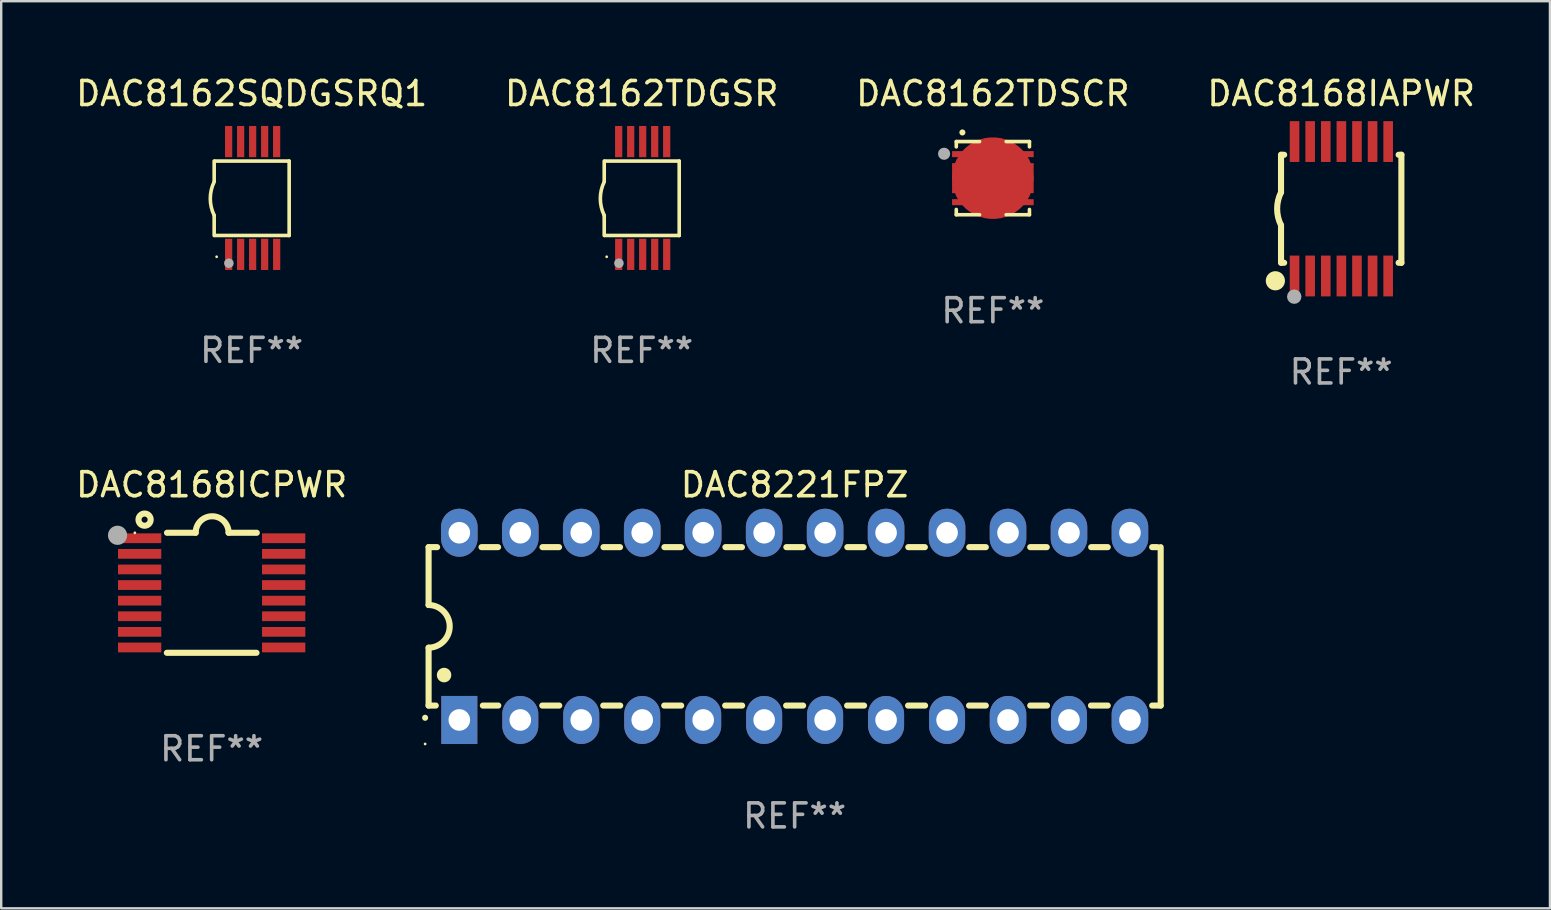
<source format=kicad_pcb>
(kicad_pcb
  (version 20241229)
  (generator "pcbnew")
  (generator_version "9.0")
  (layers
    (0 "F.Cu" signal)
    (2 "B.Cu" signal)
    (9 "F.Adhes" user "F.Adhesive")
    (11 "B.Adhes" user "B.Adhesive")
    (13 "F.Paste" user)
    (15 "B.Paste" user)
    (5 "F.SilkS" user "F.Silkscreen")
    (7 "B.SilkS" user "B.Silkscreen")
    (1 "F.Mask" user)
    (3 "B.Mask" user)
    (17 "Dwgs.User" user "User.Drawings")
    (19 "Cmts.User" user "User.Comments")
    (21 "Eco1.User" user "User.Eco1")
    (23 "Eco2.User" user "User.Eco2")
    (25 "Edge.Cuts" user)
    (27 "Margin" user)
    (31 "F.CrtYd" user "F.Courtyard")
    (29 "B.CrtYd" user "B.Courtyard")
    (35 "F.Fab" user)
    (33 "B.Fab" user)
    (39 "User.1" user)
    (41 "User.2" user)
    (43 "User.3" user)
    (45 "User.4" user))
  (footprint "DAC8168ICPWR"
    (layer "F.Cu")
    (at 5.768 21.646)
    (property "Reference" "DAC8168ICPWR" (at 0 -4.501 0) (layer "F.SilkS") (effects (font (size 1 1) (thickness 0.15))))
    (attr through_hole)
    (fp_line (start -1.868 2.501) (end 1.868 2.501) (stroke (width 0.254) (type solid)) (layer "F.SilkS"))
    (fp_line (start -1.86 -2.499) (end -0.666 -2.501) (stroke (width 0.254) (type solid)) (layer "F.SilkS"))
    (fp_line (start 0.706 -2.501) (end 1.88 -2.499) (stroke (width 0.254) (type solid)) (layer "F.SilkS"))
    (fp_arc (start -0.665914 -2.501448) (mid 0.019888 -3.18725) (end 0.70569 -2.501448) (stroke (width 0.254001) (type solid)) (layer "F.SilkS"))
    (fp_circle (center -3.2 -2.497) (end -3.17 -2.497) (stroke (width 0.06) (type solid)) (fill no) (layer "F.SilkS"))
    (fp_circle (center -2.794 -3.047) (end -2.54 -3.047) (stroke (width 0.254) (type solid)) (fill no) (layer "F.SilkS"))
    (fp_circle (center -3.921 -2.395) (end -3.721 -2.395) (stroke (width 0.4) (type solid)) (fill no) (layer "F.Fab"))
    (fp_text user "REF**" (at 0 6.501 0) (layer "F.Fab") (effects (font (size 1 1) (thickness 0.15))))
    (pad "1" smd rect (at -3 -2.272) (size 1.803 0.406) (layers "F.Cu" "F.Mask" "F.Paste"))
    (pad "2" smd rect (at -3 -1.622) (size 1.803 0.406) (layers "F.Cu" "F.Mask" "F.Paste"))
    (pad "3" smd rect (at -3 -0.972) (size 1.803 0.406) (layers "F.Cu" "F.Mask" "F.Paste"))
    (pad "4" smd rect (at -3 -0.322) (size 1.803 0.406) (layers "F.Cu" "F.Mask" "F.Paste"))
    (pad "5" smd rect (at -3 0.328) (size 1.803 0.406) (layers "F.Cu" "F.Mask" "F.Paste"))
    (pad "6" smd rect (at -3 0.978) (size 1.803 0.406) (layers "F.Cu" "F.Mask" "F.Paste"))
    (pad "7" smd rect (at -3 1.628) (size 1.803 0.406) (layers "F.Cu" "F.Mask" "F.Paste"))
    (pad "8" smd rect (at -3 2.278) (size 1.803 0.406) (layers "F.Cu" "F.Mask" "F.Paste"))
    (pad "9" smd rect (at 3 2.278) (size 1.803 0.406) (layers "F.Cu" "F.Mask" "F.Paste"))
    (pad "10" smd rect (at 3 1.628) (size 1.803 0.406) (layers "F.Cu" "F.Mask" "F.Paste"))
    (pad "11" smd rect (at 3 0.978) (size 1.803 0.406) (layers "F.Cu" "F.Mask" "F.Paste"))
    (pad "12" smd rect (at 3 0.328) (size 1.803 0.406) (layers "F.Cu" "F.Mask" "F.Paste"))
    (pad "13" smd rect (at 3 -0.322) (size 1.803 0.406) (layers "F.Cu" "F.Mask" "F.Paste"))
    (pad "14" smd rect (at 3 -0.972) (size 1.803 0.406) (layers "F.Cu" "F.Mask" "F.Paste"))
    (pad "15" smd rect (at 3 -1.622) (size 1.803 0.406) (layers "F.Cu" "F.Mask" "F.Paste"))
    (pad "16" smd rect (at 3 -2.272) (size 1.803 0.406) (layers "F.Cu" "F.Mask" "F.Paste")))
  (footprint "DAC8162SQDGSRQ1"
    (layer "F.Cu")
    (at 7.435 5.198)
    (property "Reference" "DAC8162SQDGSRQ1" (at 0 -4.35 0) (layer "F.SilkS") (effects (font (size 1 1) (thickness 0.15))))
    (attr through_hole)
    (fp_line (start -1.562 -1.537) (end -1.562 -0.698) (stroke (width 0.15) (type solid)) (layer "F.SilkS"))
    (fp_line (start -1.562 0.724) (end -1.562 1.562) (stroke (width 0.15) (type solid)) (layer "F.SilkS"))
    (fp_line (start -1.538 -1.537) (end 1.562 -1.537) (stroke (width 0.15) (type solid)) (layer "F.SilkS"))
    (fp_line (start -1.538 1.562) (end 1.562 1.562) (stroke (width 0.15) (type solid)) (layer "F.SilkS"))
    (fp_line (start 1.562 1.564) (end 1.562 -1.537) (stroke (width 0.15) (type solid)) (layer "F.SilkS"))
    (fp_arc (start -1.562103 0.724079) (mid -1.723579 0.025578) (end -1.562103 -0.672924) (stroke (width 0.150013) (type solid)) (layer "F.SilkS"))
    (fp_circle (center -1.459 2.45) (end -1.429 2.45) (stroke (width 0.06) (type solid)) (fill no) (layer "F.SilkS"))
    (fp_circle (center -0.95 2.718) (end -0.85 2.718) (stroke (width 0.2) (type solid)) (fill no) (layer "F.Fab"))
    (fp_text user "REF**" (at 0 6.35 0) (layer "F.Fab") (effects (font (size 1 1) (thickness 0.15))))
    (pad "1" smd rect (at -0.959 2.35) (size 0.3 1.3) (layers "F.Cu" "F.Mask" "F.Paste"))
    (pad "2" smd rect (at -0.459 2.35) (size 0.3 1.3) (layers "F.Cu" "F.Mask" "F.Paste"))
    (pad "3" smd rect (at 0.04 2.35) (size 0.3 1.3) (layers "F.Cu" "F.Mask" "F.Paste"))
    (pad "4" smd rect (at 0.541 2.35) (size 0.3 1.3) (layers "F.Cu" "F.Mask" "F.Paste"))
    (pad "5" smd rect (at 1.041 2.35) (size 0.3 1.3) (layers "F.Cu" "F.Mask" "F.Paste"))
    (pad "6" smd rect (at 1.04 -2.35) (size 0.3 1.3) (layers "F.Cu" "F.Mask" "F.Paste"))
    (pad "7" smd rect (at 0.541 -2.35) (size 0.3 1.3) (layers "F.Cu" "F.Mask" "F.Paste"))
    (pad "8" smd rect (at 0.041 -2.35) (size 0.3 1.3) (layers "F.Cu" "F.Mask" "F.Paste"))
    (pad "9" smd rect (at -0.459 -2.35) (size 0.3 1.3) (layers "F.Cu" "F.Mask" "F.Paste"))
    (pad "10" smd rect (at -0.96 -2.35) (size 0.3 1.3) (layers "F.Cu" "F.Mask" "F.Paste")))
  (footprint "DAC8221FPZ"
    (layer "F.Cu")
    (at 30.056 23.045)
    (property "Reference" "DAC8221FPZ" (at 0 -5.9 0) (layer "F.SilkS") (effects (font (size 1 1) (thickness 0.15))))
    (attr through_hole)
    (fp_line (start -15.25 -3.3) (end -15.25 -0.889) (stroke (width 0.254) (type solid)) (layer "F.SilkS"))
    (fp_line (start -15.25 -3.3) (end -14.895 -3.3) (stroke (width 0.254) (type solid)) (layer "F.SilkS"))
    (fp_line (start -15.25 3.3) (end -15.25 0.889) (stroke (width 0.254) (type solid)) (layer "F.SilkS"))
    (fp_line (start -15.25 3.3) (end -14.951 3.3) (stroke (width 0.254) (type solid)) (layer "F.SilkS"))
    (fp_line (start -13.045 -3.3) (end -12.355 -3.3) (stroke (width 0.254) (type solid)) (layer "F.SilkS"))
    (fp_line (start -12.989 3.3) (end -12.347 3.3) (stroke (width 0.254) (type solid)) (layer "F.SilkS"))
    (fp_line (start -10.514 3.3) (end -9.807 3.3) (stroke (width 0.254) (type solid)) (layer "F.SilkS"))
    (fp_line (start -10.505 -3.3) (end -9.815 -3.3) (stroke (width 0.254) (type solid)) (layer "F.SilkS"))
    (fp_line (start -7.974 3.3) (end -7.267 3.3) (stroke (width 0.254) (type solid)) (layer "F.SilkS"))
    (fp_line (start -7.965 -3.3) (end -7.275 -3.3) (stroke (width 0.254) (type solid)) (layer "F.SilkS"))
    (fp_line (start -5.434 3.3) (end -4.727 3.3) (stroke (width 0.254) (type solid)) (layer "F.SilkS"))
    (fp_line (start -5.425 -3.3) (end -4.735 -3.3) (stroke (width 0.254) (type solid)) (layer "F.SilkS"))
    (fp_line (start -2.894 3.3) (end -2.187 3.3) (stroke (width 0.254) (type solid)) (layer "F.SilkS"))
    (fp_line (start -2.885 -3.3) (end -2.195 -3.3) (stroke (width 0.254) (type solid)) (layer "F.SilkS"))
    (fp_line (start -0.354 3.3) (end 0.353 3.3) (stroke (width 0.254) (type solid)) (layer "F.SilkS"))
    (fp_line (start -0.345 -3.3) (end 0.345 -3.3) (stroke (width 0.254) (type solid)) (layer "F.SilkS"))
    (fp_line (start 2.186 3.3) (end 2.893 3.3) (stroke (width 0.254) (type solid)) (layer "F.SilkS"))
    (fp_line (start 2.195 -3.3) (end 2.885 -3.3) (stroke (width 0.254) (type solid)) (layer "F.SilkS"))
    (fp_line (start 4.726 3.3) (end 5.434 3.3) (stroke (width 0.254) (type solid)) (layer "F.SilkS"))
    (fp_line (start 4.735 -3.3) (end 5.425 -3.3) (stroke (width 0.254) (type solid)) (layer "F.SilkS"))
    (fp_line (start 7.266 3.3) (end 7.965 3.3) (stroke (width 0.254) (type solid)) (layer "F.SilkS"))
    (fp_line (start 7.275 -3.3) (end 7.965 -3.3) (stroke (width 0.254) (type solid)) (layer "F.SilkS"))
    (fp_line (start 9.815 -3.3) (end 10.505 -3.3) (stroke (width 0.254) (type solid)) (layer "F.SilkS"))
    (fp_line (start 9.815 3.3) (end 10.514 3.3) (stroke (width 0.254) (type solid)) (layer "F.SilkS"))
    (fp_line (start 12.346 3.3) (end 13.045 3.3) (stroke (width 0.254) (type solid)) (layer "F.SilkS"))
    (fp_line (start 12.355 -3.3) (end 13.045 -3.3) (stroke (width 0.254) (type solid)) (layer "F.SilkS"))
    (fp_line (start 14.895 -3.3) (end 15.113 -3.3) (stroke (width 0.254) (type solid)) (layer "F.SilkS"))
    (fp_line (start 14.895 3.3) (end 15.25 3.3) (stroke (width 0.254) (type solid)) (layer "F.SilkS"))
    (fp_line (start 15.25 -3.3) (end 15.25 3.3) (stroke (width 0.254) (type solid)) (layer "F.SilkS"))
    (fp_arc (start -15.394971 3.810033) (mid -15.394978 3.808763) (end -15.394971 3.807493) (stroke (width 0.25) (type solid)) (layer "F.SilkS"))
    (fp_arc (start -15.251053 -0.890146) (mid -14.361467 -0.001067) (end -15.250038 0.889027) (stroke (width 0.254001) (type solid)) (layer "F.SilkS"))
    (fp_arc (start -14.605029 2.032029) (mid -14.60504 2.029489) (end -14.605029 2.026949) (stroke (width 0.6) (type solid)) (layer "F.SilkS"))
    (fp_circle (center -15.395 4.9) (end -15.365 4.9) (stroke (width 0.06) (type solid)) (fill no) (layer "F.SilkS"))
    (fp_text user "REF**" (at 0 7.9 0) (layer "F.Fab") (effects (font (size 1 1) (thickness 0.15))))
    (pad "1" thru_hole rect (at -13.97 3.9 90) (size 2 1.5) (drill 0.9) (layers "*.Cu" "*.Mask"))
    (pad "2" thru_hole oval (at -11.43 3.9 90) (size 2 1.5) (drill 0.9) (layers "*.Cu" "*.Mask"))
    (pad "3" thru_hole oval (at -8.89 3.9 90) (size 2 1.5) (drill 0.9) (layers "*.Cu" "*.Mask"))
    (pad "4" thru_hole oval (at -6.35 3.9 90) (size 2 1.5) (drill 0.9) (layers "*.Cu" "*.Mask"))
    (pad "5" thru_hole oval (at -3.81 3.9 90) (size 2 1.5) (drill 0.9) (layers "*.Cu" "*.Mask"))
    (pad "6" thru_hole oval (at -1.27 3.9 90) (size 2 1.5) (drill 0.9) (layers "*.Cu" "*.Mask"))
    (pad "7" thru_hole oval (at 1.27 3.9 90) (size 2 1.5) (drill 0.9) (layers "*.Cu" "*.Mask"))
    (pad "8" thru_hole oval (at 3.81 3.9 90) (size 2 1.5) (drill 0.9) (layers "*.Cu" "*.Mask"))
    (pad "9" thru_hole oval (at 6.35 3.9 90) (size 2 1.5) (drill 0.9) (layers "*.Cu" "*.Mask"))
    (pad "10" thru_hole oval (at 8.89 3.9 90) (size 2 1.524) (drill 0.9) (layers "*.Cu" "*.Mask"))
    (pad "11" thru_hole oval (at 11.43 3.9 90) (size 2 1.5) (drill 0.9) (layers "*.Cu" "*.Mask"))
    (pad "12" thru_hole oval (at 13.97 3.9 90) (size 2 1.524) (drill 0.9) (layers "*.Cu" "*.Mask"))
    (pad "13" thru_hole oval (at 13.97 -3.9 90) (size 2 1.524) (drill 0.9) (layers "*.Cu" "*.Mask"))
    (pad "14" thru_hole oval (at 11.43 -3.9 90) (size 2 1.524) (drill 0.9) (layers "*.Cu" "*.Mask"))
    (pad "15" thru_hole oval (at 8.89 -3.9 90) (size 2 1.524) (drill 0.9) (layers "*.Cu" "*.Mask"))
    (pad "16" thru_hole oval (at 6.35 -3.9 90) (size 2 1.524) (drill 0.9) (layers "*.Cu" "*.Mask"))
    (pad "17" thru_hole oval (at 3.81 -3.9 90) (size 2 1.524) (drill 0.9) (layers "*.Cu" "*.Mask"))
    (pad "18" thru_hole oval (at 1.27 -3.9 90) (size 2 1.524) (drill 0.9) (layers "*.Cu" "*.Mask"))
    (pad "19" thru_hole oval (at -1.27 -3.9 90) (size 2 1.524) (drill 0.9) (layers "*.Cu" "*.Mask"))
    (pad "20" thru_hole oval (at -3.81 -3.9 90) (size 2 1.524) (drill 0.9) (layers "*.Cu" "*.Mask"))
    (pad "21" thru_hole oval (at -6.35 -3.9 90) (size 2 1.524) (drill 0.9) (layers "*.Cu" "*.Mask"))
    (pad "22" thru_hole oval (at -8.89 -3.9 90) (size 2 1.524) (drill 0.9) (layers "*.Cu" "*.Mask"))
    (pad "23" thru_hole oval (at -11.43 -3.9 90) (size 2 1.524) (drill 0.9) (layers "*.Cu" "*.Mask"))
    (pad "24" thru_hole oval (at -13.97 -3.9 90) (size 2 1.524) (drill 0.9) (layers "*.Cu" "*.Mask")))
  (footprint "DAC8162TDSCR"
    (layer "F.Cu")
    (at 38.315 4.372)
    (property "Reference" "DAC8162TDSCR" (at 0 -3.524 0) (layer "F.SilkS") (effects (font (size 1 1) (thickness 0.15))))
    (attr through_hole)
    (fp_line (start -1.524 -1.524) (end -1.524 -1.305) (stroke (width 0.15) (type solid)) (layer "F.SilkS"))
    (fp_line (start -1.524 1.305) (end -1.524 1.524) (stroke (width 0.15) (type solid)) (layer "F.SilkS"))
    (fp_line (start -1.524 1.524) (end -0.554 1.524) (stroke (width 0.15) (type solid)) (layer "F.SilkS"))
    (fp_line (start -0.554 -1.524) (end -1.524 -1.524) (stroke (width 0.15) (type solid)) (layer "F.SilkS"))
    (fp_line (start 0.554 1.524) (end 1.524 1.524) (stroke (width 0.15) (type solid)) (layer "F.SilkS"))
    (fp_line (start 1.524 -1.524) (end 0.554 -1.524) (stroke (width 0.15) (type solid)) (layer "F.SilkS"))
    (fp_line (start 1.524 -1.305) (end 1.524 -1.524) (stroke (width 0.15) (type solid)) (layer "F.SilkS"))
    (fp_line (start 1.524 1.524) (end 1.524 1.305) (stroke (width 0.15) (type solid)) (layer "F.SilkS"))
    (fp_arc (start -1.270003 -1.902489) (mid -1.27001 -1.903759) (end -1.270003 -1.905029) (stroke (width 0.25) (type solid)) (layer "F.SilkS"))
    (fp_circle (center -1.502 -1.504) (end -1.472 -1.504) (stroke (width 0.06) (type solid)) (fill no) (layer "F.SilkS"))
    (fp_circle (center -2.032 -1.016) (end -1.905 -1.016) (stroke (width 0.254) (type solid)) (fill no) (layer "F.Fab"))
    (fp_text user "REF**" (at 0 5.524 0) (layer "F.Fab") (effects (font (size 1 1) (thickness 0.15))))
    (pad "1" smd rect (at -1.4 -1.001 90) (size 0.25 0.6) (layers "F.Cu" "F.Mask" "F.Paste"))
    (pad "2" smd rect (at -1.4 -0.5 90) (size 0.25 0.6) (layers "F.Cu" "F.Mask" "F.Paste"))
    (pad "3" smd rect (at -1.4 0.000076 90) (size 0.25 0.6) (layers "F.Cu" "F.Mask" "F.Paste"))
    (pad "4" smd rect (at -1.4 0.5 90) (size 0.25 0.6) (layers "F.Cu" "F.Mask" "F.Paste"))
    (pad "5" smd rect (at -1.4 1.001 90) (size 0.25 0.6) (layers "F.Cu" "F.Mask" "F.Paste"))
    (pad "6" smd rect (at 1.4 1.001 270) (size 0.25 0.6) (layers "F.Cu" "F.Mask" "F.Paste"))
    (pad "7" smd rect (at 1.4 0.5 270) (size 0.25 0.6) (layers "F.Cu" "F.Mask" "F.Paste"))
    (pad "8" smd rect (at 1.4 0.000076 270) (size 0.25 0.6) (layers "F.Cu" "F.Mask" "F.Paste"))
    (pad "9" smd rect (at 1.4 -0.5 270) (size 0.25 0.6) (layers "F.Cu" "F.Mask" "F.Paste"))
    (pad "10" smd rect (at 1.4 -1.001 270) (size 0.25 0.6) (layers "F.Cu" "F.Mask" "F.Paste"))
    (pad "11" smd custom (at -0.000102 0.000076 270) (size 3.4 1.65) (layers "F.Cu" "F.Mask" "F.Paste") (options (anchor circle)) (primitives (gr_poly (pts (xy -0.125 -1.7) (xy -0.125 -1.2) (xy 0.125 -1.2) (xy 0.125 -1.7) (xy 0.375 -1.7) (xy 0.375 -1.2) (xy 0.825 -1.2) (xy 0.825 1.2) (xy 0.375 1.2) (xy 0.375 1.7) (xy 0.125 1.7) (xy 0.125 1.2) (xy -0.125 1.2) (xy -0.125 1.7) (xy -0.375 1.7) (xy -0.375 1.2) (xy -0.825 1.2) (xy -0.825 -1.2) (xy -0.375 -1.2) (xy -0.375 -1.7)) (width 0) (fill yes)))))
  (footprint "DAC8168IAPWR"
    (layer "F.Cu")
    (at 52.827 5.648)
    (property "Reference" "DAC8168IAPWR" (at 0 -4.8 0) (layer "F.SilkS") (effects (font (size 1 1) (thickness 0.15))))
    (attr through_hole)
    (fp_line (start -2.507 -1.6) (end -2.507 -2.25) (stroke (width 0.254) (type solid)) (layer "F.SilkS"))
    (fp_line (start -2.507 -0.686) (end -2.507 -1.6) (stroke (width 0.254) (type solid)) (layer "F.SilkS"))
    (fp_line (start -2.507 1.6) (end -2.507 0.686) (stroke (width 0.254) (type solid)) (layer "F.SilkS"))
    (fp_line (start -2.507 1.6) (end -2.507 2.25) (stroke (width 0.254) (type solid)) (layer "F.SilkS"))
    (fp_line (start -2.493 -2.25) (end -2.377 -2.25) (stroke (width 0.254) (type solid)) (layer "F.SilkS"))
    (fp_line (start -2.377 2.25) (end -2.493 2.25) (stroke (width 0.254) (type solid)) (layer "F.SilkS"))
    (fp_line (start 2.392 -2.25) (end 2.507 -2.25) (stroke (width 0.254) (type solid)) (layer "F.SilkS"))
    (fp_line (start 2.507 -2.25) (end 2.507 2.25) (stroke (width 0.254) (type solid)) (layer "F.SilkS"))
    (fp_line (start 2.507 2.25) (end 2.392 2.25) (stroke (width 0.254) (type solid)) (layer "F.SilkS"))
    (fp_arc (start -2.507303 0.685802) (mid -2.669199 0) (end -2.507303 -0.685801) (stroke (width 0.254001) (type solid)) (layer "F.SilkS"))
    (fp_circle (center -2.743 3) (end -2.543 3) (stroke (width 0.4) (type solid)) (fill no) (layer "F.SilkS"))
    (fp_circle (center -2.493 3.2) (end -2.463 3.2) (stroke (width 0.06) (type solid)) (fill no) (layer "F.SilkS"))
    (fp_circle (center -1.957 3.662) (end -1.807 3.662) (stroke (width 0.3) (type solid)) (fill no) (layer "F.Fab"))
    (fp_text user "REF**" (at 0 6.8 0) (layer "F.Fab") (effects (font (size 1 1) (thickness 0.15))))
    (pad "1" smd rect (at -1.943 2.8) (size 0.4 1.7) (layers "F.Cu" "F.Mask" "F.Paste"))
    (pad "2" smd rect (at -1.293 2.8) (size 0.4 1.7) (layers "F.Cu" "F.Mask" "F.Paste"))
    (pad "3" smd rect (at -0.643 2.8) (size 0.4 1.7) (layers "F.Cu" "F.Mask" "F.Paste"))
    (pad "4" smd rect (at 0.007 2.8) (size 0.4 1.7) (layers "F.Cu" "F.Mask" "F.Paste"))
    (pad "5" smd rect (at 0.657 2.8) (size 0.4 1.7) (layers "F.Cu" "F.Mask" "F.Paste"))
    (pad "6" smd rect (at 1.307 2.8) (size 0.4 1.7) (layers "F.Cu" "F.Mask" "F.Paste"))
    (pad "7" smd rect (at 1.957 2.8) (size 0.4 1.7) (layers "F.Cu" "F.Mask" "F.Paste"))
    (pad "8" smd rect (at 1.957 -2.8) (size 0.4 1.7) (layers "F.Cu" "F.Mask" "F.Paste"))
    (pad "9" smd rect (at 1.307 -2.8) (size 0.4 1.7) (layers "F.Cu" "F.Mask" "F.Paste"))
    (pad "10" smd rect (at 0.657 -2.8) (size 0.4 1.7) (layers "F.Cu" "F.Mask" "F.Paste"))
    (pad "11" smd rect (at 0.007 -2.8) (size 0.4 1.7) (layers "F.Cu" "F.Mask" "F.Paste"))
    (pad "12" smd rect (at -0.643 -2.8) (size 0.4 1.7) (layers "F.Cu" "F.Mask" "F.Paste"))
    (pad "13" smd rect (at -1.293 -2.8) (size 0.4 1.7) (layers "F.Cu" "F.Mask" "F.Paste"))
    (pad "14" smd rect (at -1.943 -2.8) (size 0.4 1.7) (layers "F.Cu" "F.Mask" "F.Paste")))
  (footprint "DAC8162TDGSR"
    (layer "F.Cu")
    (at 23.685 5.198)
    (property "Reference" "DAC8162TDGSR" (at 0 -4.35 0) (layer "F.SilkS") (effects (font (size 1 1) (thickness 0.15))))
    (attr through_hole)
    (fp_line (start -1.562 -1.537) (end -1.562 -0.698) (stroke (width 0.15) (type solid)) (layer "F.SilkS"))
    (fp_line (start -1.562 0.724) (end -1.562 1.562) (stroke (width 0.15) (type solid)) (layer "F.SilkS"))
    (fp_line (start -1.538 -1.537) (end 1.562 -1.537) (stroke (width 0.15) (type solid)) (layer "F.SilkS"))
    (fp_line (start -1.538 1.562) (end 1.562 1.562) (stroke (width 0.15) (type solid)) (layer "F.SilkS"))
    (fp_line (start 1.562 1.564) (end 1.562 -1.537) (stroke (width 0.15) (type solid)) (layer "F.SilkS"))
    (fp_arc (start -1.562103 0.724079) (mid -1.723579 0.025578) (end -1.562103 -0.672924) (stroke (width 0.150013) (type solid)) (layer "F.SilkS"))
    (fp_circle (center -1.459 2.45) (end -1.429 2.45) (stroke (width 0.06) (type solid)) (fill no) (layer "F.SilkS"))
    (fp_circle (center -0.95 2.718) (end -0.85 2.718) (stroke (width 0.2) (type solid)) (fill no) (layer "F.Fab"))
    (fp_text user "REF**" (at 0 6.35 0) (layer "F.Fab") (effects (font (size 1 1) (thickness 0.15))))
    (pad "1" smd rect (at -0.959 2.35) (size 0.3 1.3) (layers "F.Cu" "F.Mask" "F.Paste"))
    (pad "2" smd rect (at -0.459 2.35) (size 0.3 1.3) (layers "F.Cu" "F.Mask" "F.Paste"))
    (pad "3" smd rect (at 0.04 2.35) (size 0.3 1.3) (layers "F.Cu" "F.Mask" "F.Paste"))
    (pad "4" smd rect (at 0.541 2.35) (size 0.3 1.3) (layers "F.Cu" "F.Mask" "F.Paste"))
    (pad "5" smd rect (at 1.041 2.35) (size 0.3 1.3) (layers "F.Cu" "F.Mask" "F.Paste"))
    (pad "6" smd rect (at 1.04 -2.35) (size 0.3 1.3) (layers "F.Cu" "F.Mask" "F.Paste"))
    (pad "7" smd rect (at 0.541 -2.35) (size 0.3 1.3) (layers "F.Cu" "F.Mask" "F.Paste"))
    (pad "8" smd rect (at 0.041 -2.35) (size 0.3 1.3) (layers "F.Cu" "F.Mask" "F.Paste"))
    (pad "9" smd rect (at -0.459 -2.35) (size 0.3 1.3) (layers "F.Cu" "F.Mask" "F.Paste"))
    (pad "10" smd rect (at -0.96 -2.35) (size 0.3 1.3) (layers "F.Cu" "F.Mask" "F.Paste")))
  (gr_rect
    (start -3 -3)
    (end 61.524 34.793)
    (stroke (width 0.1) (type default))
    (fill no)
    (layer "Edge.Cuts")))
</source>
